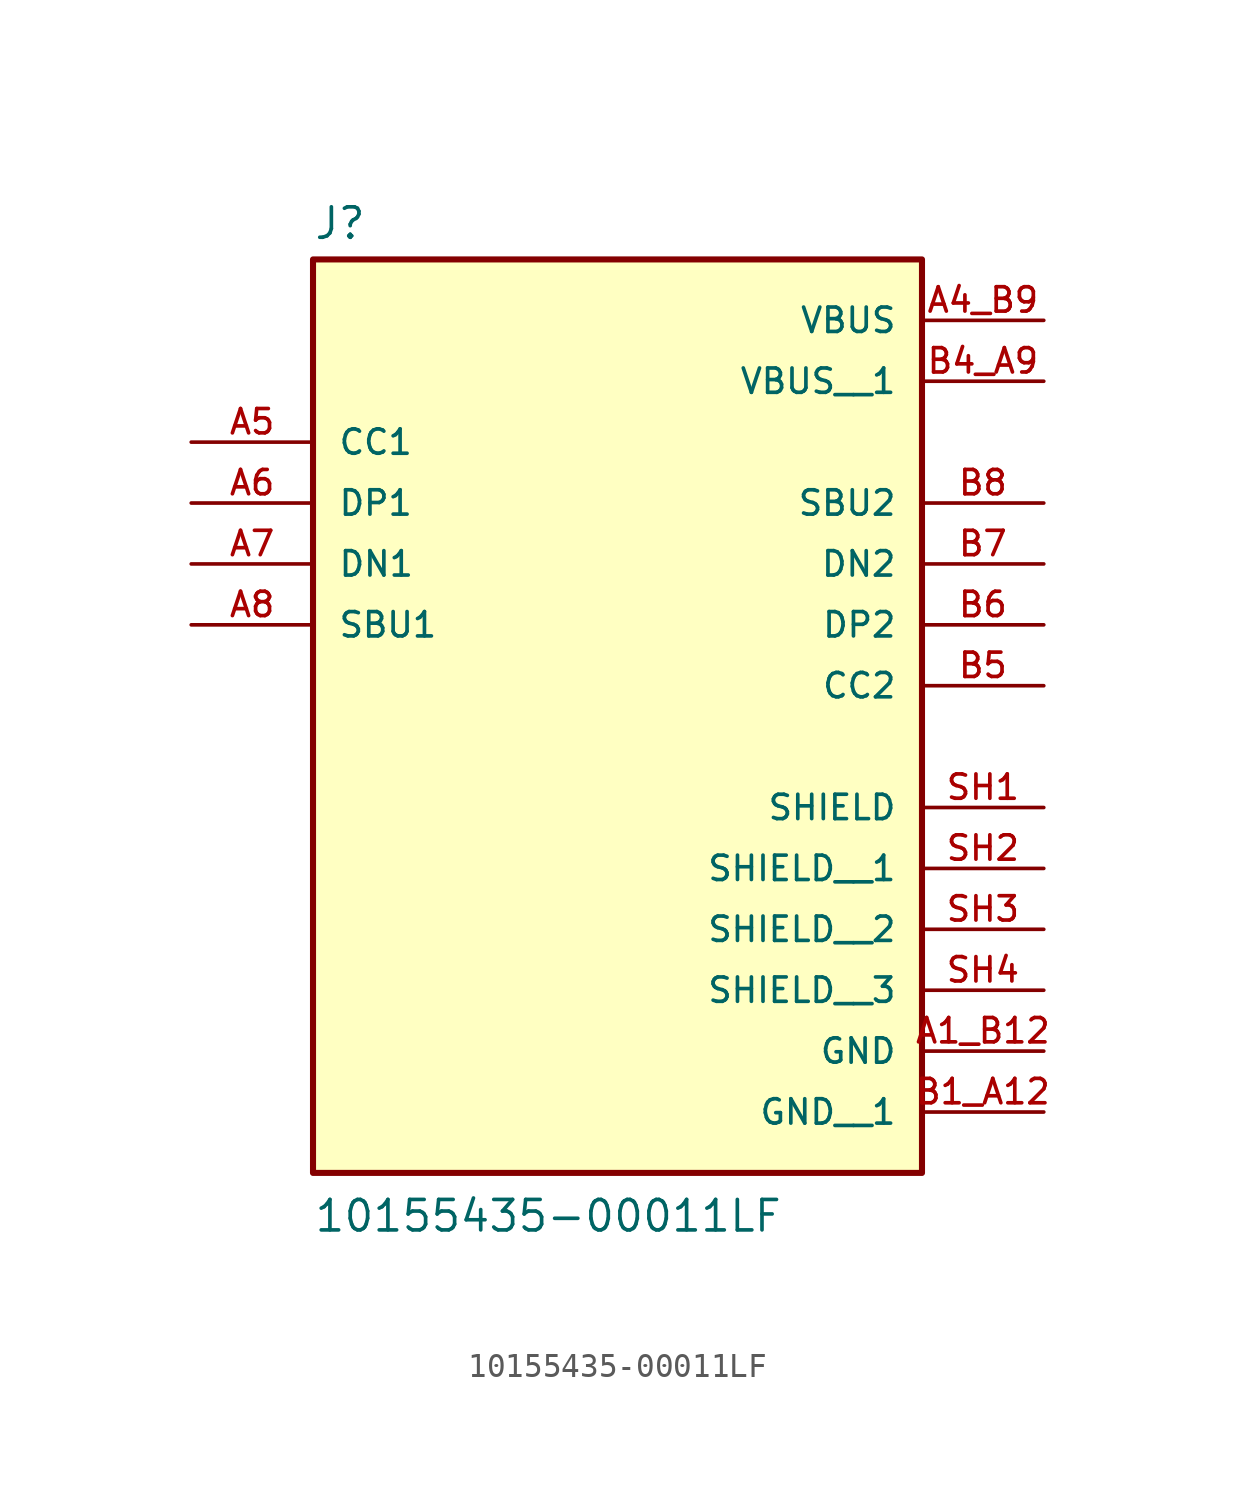
<source format=kicad_sym>
(kicad_symbol_lib
  (version 20211014)
  (generator kicad_symbol_editor)
  (symbol "10155435-00011LF"
    (pin_names
      (offset 1.016))
    (property "Reference" "J"
      (at -12.7 13.462 0)
      (effects (font (size 1.27 1.27)) (justify bottom left)))
    (property "Value" "10155435-00011LF"
      (at -12.7 -27.94 0)
      (effects (font (size 1.27 1.27)) (justify bottom left)))
    (symbol "10155435-00011LF_0_0"
      (rectangle (start -12.7 -25.4) (end 12.7 12.7) (stroke (width 0.254)) (fill (type background)))
      (pin bidirectional line (at -17.78 2.54 0) (length 5.08) (name "DP1" (effects (font (size 1.016 1.016)))) (number "A6" (effects (font (size 1.016 1.016)))))
      (pin bidirectional line (at -17.78 5.08 0) (length 5.08) (name "CC1" (effects (font (size 1.016 1.016)))) (number "A5" (effects (font (size 1.016 1.016)))))
      (pin bidirectional line (at -17.78 -2.54 0) (length 5.08) (name "SBU1" (effects (font (size 1.016 1.016)))) (number "A8" (effects (font (size 1.016 1.016)))))
      (pin bidirectional line (at -17.78 0.0 0) (length 5.08) (name "DN1" (effects (font (size 1.016 1.016)))) (number "A7" (effects (font (size 1.016 1.016)))))
      (pin passive line (at 17.78 -10.16 180.0) (length 5.08) (name "SHIELD" (effects (font (size 1.016 1.016)))) (number "SH1" (effects (font (size 1.016 1.016)))))
      (pin power_in line (at 17.78 -20.32 180.0) (length 5.08) (name "GND" (effects (font (size 1.016 1.016)))) (number "A1_B12" (effects (font (size 1.016 1.016)))))
      (pin power_in line (at 17.78 10.16 180.0) (length 5.08) (name "VBUS" (effects (font (size 1.016 1.016)))) (number "A4_B9" (effects (font (size 1.016 1.016)))))
      (pin bidirectional line (at 17.78 -2.54 180.0) (length 5.08) (name "DP2" (effects (font (size 1.016 1.016)))) (number "B6" (effects (font (size 1.016 1.016)))))
      (pin bidirectional line (at 17.78 -5.08 180.0) (length 5.08) (name "CC2" (effects (font (size 1.016 1.016)))) (number "B5" (effects (font (size 1.016 1.016)))))
      (pin bidirectional line (at 17.78 2.54 180.0) (length 5.08) (name "SBU2" (effects (font (size 1.016 1.016)))) (number "B8" (effects (font (size 1.016 1.016)))))
      (pin bidirectional line (at 17.78 0.0 180.0) (length 5.08) (name "DN2" (effects (font (size 1.016 1.016)))) (number "B7" (effects (font (size 1.016 1.016)))))
      (pin power_in line (at 17.78 7.62 180.0) (length 5.08) (name "VBUS__1" (effects (font (size 1.016 1.016)))) (number "B4_A9" (effects (font (size 1.016 1.016)))))
      (pin passive line (at 17.78 -12.7 180.0) (length 5.08) (name "SHIELD__1" (effects (font (size 1.016 1.016)))) (number "SH2" (effects (font (size 1.016 1.016)))))
      (pin passive line (at 17.78 -15.24 180.0) (length 5.08) (name "SHIELD__2" (effects (font (size 1.016 1.016)))) (number "SH3" (effects (font (size 1.016 1.016)))))
      (pin passive line (at 17.78 -17.78 180.0) (length 5.08) (name "SHIELD__3" (effects (font (size 1.016 1.016)))) (number "SH4" (effects (font (size 1.016 1.016)))))
      (pin power_in line (at 17.78 -22.86 180.0) (length 5.08) (name "GND__1" (effects (font (size 1.016 1.016)))) (number "B1_A12" (effects (font (size 1.016 1.016))))))))
</source>
